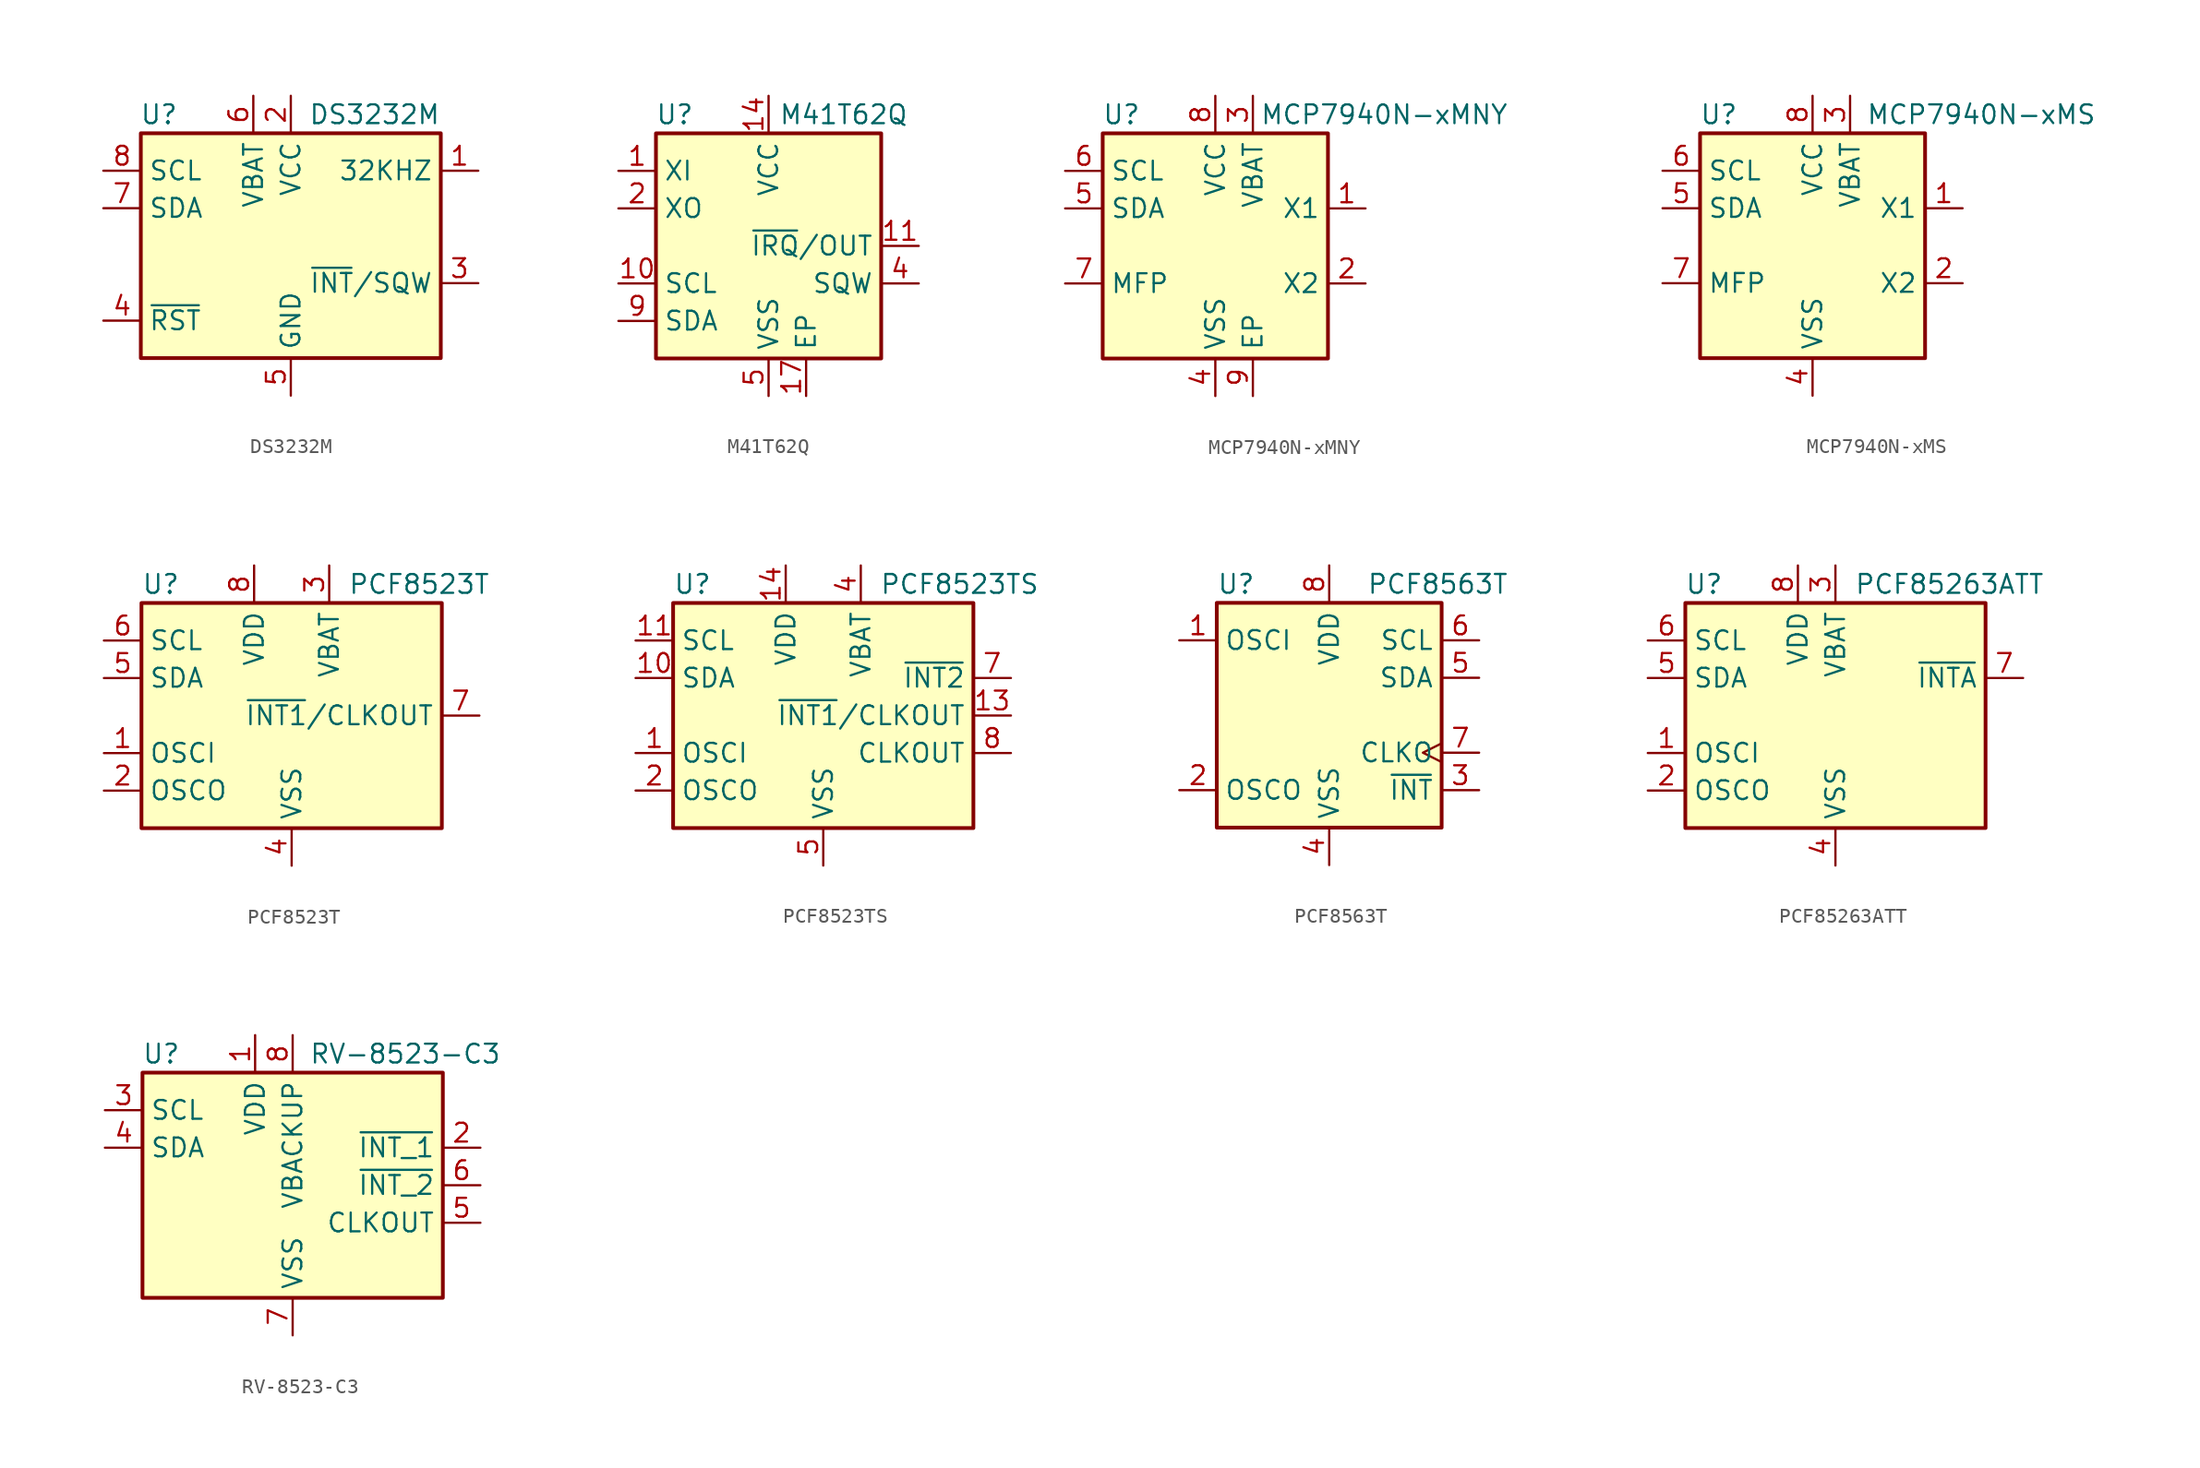
<source format=kicad_sym>
(kicad_symbol_lib
  (version 20201005)
  (generator kicad_symbol_editor)
  (symbol "Timer_RTC:DS3232M"
    (property "Reference" "U"
      (at -7.62 8.89 0)
      (effects (font (size 1.27 1.27)) (justify right)))
    (property "Value" "DS3232M"
      (at 10.16 8.89 0)
      (effects (font (size 1.27 1.27)) (justify right)))
    (symbol "DS3232M_0_1"
      (rectangle (start -10.16 7.62) (end 10.16 -7.62) (stroke (width 0.254)) (fill (type background))))
    (symbol "DS3232M_1_1"
      (pin output line (at 12.7 5.08 180) (length 2.54) (name "32KHZ" (effects (font (size 1.27 1.27)))) (number "1" (effects (font (size 1.27 1.27)))))
      (pin power_in line (at 0 10.16 270) (length 2.54) (name "VCC" (effects (font (size 1.27 1.27)))) (number "2" (effects (font (size 1.27 1.27)))))
      (pin open_collector line (at 12.7 -2.54 180) (length 2.54) (name "~INT~/SQW" (effects (font (size 1.27 1.27)))) (number "3" (effects (font (size 1.27 1.27)))))
      (pin bidirectional line (at -12.7 -5.08 0) (length 2.54) (name "~RST" (effects (font (size 1.27 1.27)))) (number "4" (effects (font (size 1.27 1.27)))))
      (pin power_in line (at 0 -10.16 90) (length 2.54) (name "GND" (effects (font (size 1.27 1.27)))) (number "5" (effects (font (size 1.27 1.27)))))
      (pin power_in line (at -2.54 10.16 270) (length 2.54) (name "VBAT" (effects (font (size 1.27 1.27)))) (number "6" (effects (font (size 1.27 1.27)))))
      (pin bidirectional line (at -12.7 2.54 0) (length 2.54) (name "SDA" (effects (font (size 1.27 1.27)))) (number "7" (effects (font (size 1.27 1.27)))))
      (pin input line (at -12.7 5.08 0) (length 2.54) (name "SCL" (effects (font (size 1.27 1.27)))) (number "8" (effects (font (size 1.27 1.27)))))))
  (symbol "Timer_RTC:M41T62Q"
    (property "Reference" "U"
      (at -6.35 8.89 0)
      (effects (font (size 1.27 1.27))))
    (property "Value" "M41T62Q"
      (at 5.08 8.89 0)
      (effects (font (size 1.27 1.27))))
    (symbol "M41T62Q_0_1"
      (rectangle (start -7.62 7.62) (end 7.62 -7.62) (stroke (width 0.254)) (fill (type background))))
    (symbol "M41T62Q_1_1"
      (pin input line (at -10.16 5.08 0) (length 2.54) (name "XI" (effects (font (size 1.27 1.27)))) (number "1" (effects (font (size 1.27 1.27)))))
      (pin input line (at -10.16 -2.54 0) (length 2.54) (name "SCL" (effects (font (size 1.27 1.27)))) (number "10" (effects (font (size 1.27 1.27)))))
      (pin output line (at 10.16 0 180) (length 2.54) (name "~IRQ~/OUT" (effects (font (size 1.27 1.27)))) (number "11" (effects (font (size 1.27 1.27)))))
      (pin power_in line (at 0 10.16 270) (length 2.54) (name "VCC" (effects (font (size 1.27 1.27)))) (number "14" (effects (font (size 1.27 1.27)))))
      (pin passive line (at 2.54 -10.16 90) (length 2.54) (name "EP" (effects (font (size 1.27 1.27)))) (number "17" (effects (font (size 1.27 1.27)))))
      (pin input line (at -10.16 2.54 0) (length 2.54) (name "XO" (effects (font (size 1.27 1.27)))) (number "2" (effects (font (size 1.27 1.27)))))
      (pin output line (at 10.16 -2.54 180) (length 2.54) (name "SQW" (effects (font (size 1.27 1.27)))) (number "4" (effects (font (size 1.27 1.27)))))
      (pin power_in line (at 0 -10.16 90) (length 2.54) (name "VSS" (effects (font (size 1.27 1.27)))) (number "5" (effects (font (size 1.27 1.27)))))
      (pin bidirectional line (at -10.16 -5.08 0) (length 2.54) (name "SDA" (effects (font (size 1.27 1.27)))) (number "9" (effects (font (size 1.27 1.27)))))))
  (symbol "Timer_RTC:MCP7940N-xMNY"
    (property "Reference" "U"
      (at -6.35 8.89 0)
      (effects (font (size 1.27 1.27))))
    (property "Value" "MCP7940N-xMNY"
      (at 11.43 8.89 0)
      (effects (font (size 1.27 1.27))))
    (symbol "MCP7940N-xMNY_0_1"
      (rectangle (start -7.62 7.62) (end 7.62 -7.62) (stroke (width 0.254)) (fill (type background))))
    (symbol "MCP7940N-xMNY_1_1"
      (pin input line (at 10.16 2.54 180) (length 2.54) (name "X1" (effects (font (size 1.27 1.27)))) (number "1" (effects (font (size 1.27 1.27)))))
      (pin output line (at 10.16 -2.54 180) (length 2.54) (name "X2" (effects (font (size 1.27 1.27)))) (number "2" (effects (font (size 1.27 1.27)))))
      (pin power_in line (at 2.54 10.16 270) (length 2.54) (name "VBAT" (effects (font (size 1.27 1.27)))) (number "3" (effects (font (size 1.27 1.27)))))
      (pin power_in line (at 0 -10.16 90) (length 2.54) (name "VSS" (effects (font (size 1.27 1.27)))) (number "4" (effects (font (size 1.27 1.27)))))
      (pin bidirectional line (at -10.16 2.54 0) (length 2.54) (name "SDA" (effects (font (size 1.27 1.27)))) (number "5" (effects (font (size 1.27 1.27)))))
      (pin input line (at -10.16 5.08 0) (length 2.54) (name "SCL" (effects (font (size 1.27 1.27)))) (number "6" (effects (font (size 1.27 1.27)))))
      (pin open_collector line (at -10.16 -2.54 0) (length 2.54) (name "MFP" (effects (font (size 1.27 1.27)))) (number "7" (effects (font (size 1.27 1.27)))))
      (pin power_in line (at 0 10.16 270) (length 2.54) (name "VCC" (effects (font (size 1.27 1.27)))) (number "8" (effects (font (size 1.27 1.27)))))
      (pin power_in line (at 2.54 -10.16 90) (length 2.54) (name "EP" (effects (font (size 1.27 1.27)))) (number "9" (effects (font (size 1.27 1.27)))))))
  (symbol "Timer_RTC:MCP7940N-xMS"
    (property "Reference" "U"
      (at -6.35 8.89 0)
      (effects (font (size 1.27 1.27))))
    (property "Value" "MCP7940N-xMS"
      (at 11.43 8.89 0)
      (effects (font (size 1.27 1.27))))
    (symbol "MCP7940N-xMS_0_1"
      (rectangle (start -7.62 7.62) (end 7.62 -7.62) (stroke (width 0.254)) (fill (type background))))
    (symbol "MCP7940N-xMS_1_1"
      (pin input line (at 10.16 2.54 180) (length 2.54) (name "X1" (effects (font (size 1.27 1.27)))) (number "1" (effects (font (size 1.27 1.27)))))
      (pin output line (at 10.16 -2.54 180) (length 2.54) (name "X2" (effects (font (size 1.27 1.27)))) (number "2" (effects (font (size 1.27 1.27)))))
      (pin power_in line (at 2.54 10.16 270) (length 2.54) (name "VBAT" (effects (font (size 1.27 1.27)))) (number "3" (effects (font (size 1.27 1.27)))))
      (pin power_in line (at 0 -10.16 90) (length 2.54) (name "VSS" (effects (font (size 1.27 1.27)))) (number "4" (effects (font (size 1.27 1.27)))))
      (pin bidirectional line (at -10.16 2.54 0) (length 2.54) (name "SDA" (effects (font (size 1.27 1.27)))) (number "5" (effects (font (size 1.27 1.27)))))
      (pin input line (at -10.16 5.08 0) (length 2.54) (name "SCL" (effects (font (size 1.27 1.27)))) (number "6" (effects (font (size 1.27 1.27)))))
      (pin open_collector line (at -10.16 -2.54 0) (length 2.54) (name "MFP" (effects (font (size 1.27 1.27)))) (number "7" (effects (font (size 1.27 1.27)))))
      (pin power_in line (at 0 10.16 270) (length 2.54) (name "VCC" (effects (font (size 1.27 1.27)))) (number "8" (effects (font (size 1.27 1.27)))))))
  (symbol "Timer_RTC:PCF8523T"
    (property "Reference" "U"
      (at -10.16 8.89 0)
      (effects (font (size 1.27 1.27)) (justify left)))
    (property "Value" "PCF8523T"
      (at 3.81 8.89 0)
      (effects (font (size 1.27 1.27)) (justify left)))
    (symbol "PCF8523T_0_1"
      (rectangle (start -10.16 7.62) (end 10.16 -7.62) (stroke (width 0.254)) (fill (type background))))
    (symbol "PCF8523T_1_1"
      (pin input line (at -12.7 -2.54 0) (length 2.54) (name "OSCI" (effects (font (size 1.27 1.27)))) (number "1" (effects (font (size 1.27 1.27)))))
      (pin output line (at -12.7 -5.08 0) (length 2.54) (name "OSCO" (effects (font (size 1.27 1.27)))) (number "2" (effects (font (size 1.27 1.27)))))
      (pin power_in line (at 2.54 10.16 270) (length 2.54) (name "VBAT" (effects (font (size 1.27 1.27)))) (number "3" (effects (font (size 1.27 1.27)))))
      (pin power_in line (at 0 -10.16 90) (length 2.54) (name "VSS" (effects (font (size 1.27 1.27)))) (number "4" (effects (font (size 1.27 1.27)))))
      (pin bidirectional line (at -12.7 2.54 0) (length 2.54) (name "SDA" (effects (font (size 1.27 1.27)))) (number "5" (effects (font (size 1.27 1.27)))))
      (pin input line (at -12.7 5.08 0) (length 2.54) (name "SCL" (effects (font (size 1.27 1.27)))) (number "6" (effects (font (size 1.27 1.27)))))
      (pin open_collector line (at 12.7 0 180) (length 2.54) (name "~INT1~/CLKOUT" (effects (font (size 1.27 1.27)))) (number "7" (effects (font (size 1.27 1.27)))))
      (pin power_in line (at -2.54 10.16 270) (length 2.54) (name "VDD" (effects (font (size 1.27 1.27)))) (number "8" (effects (font (size 1.27 1.27)))))))
  (symbol "Timer_RTC:PCF8523TS"
    (property "Reference" "U"
      (at -10.16 8.89 0)
      (effects (font (size 1.27 1.27)) (justify left)))
    (property "Value" "PCF8523TS"
      (at 3.81 8.89 0)
      (effects (font (size 1.27 1.27)) (justify left)))
    (symbol "PCF8523TS_0_1"
      (rectangle (start -10.16 7.62) (end 10.16 -7.62) (stroke (width 0.254)) (fill (type background))))
    (symbol "PCF8523TS_1_1"
      (pin input line (at -12.7 -2.54 0) (length 2.54) (name "OSCI" (effects (font (size 1.27 1.27)))) (number "1" (effects (font (size 1.27 1.27)))))
      (pin bidirectional line (at -12.7 2.54 0) (length 2.54) (name "SDA" (effects (font (size 1.27 1.27)))) (number "10" (effects (font (size 1.27 1.27)))))
      (pin input line (at -12.7 5.08 0) (length 2.54) (name "SCL" (effects (font (size 1.27 1.27)))) (number "11" (effects (font (size 1.27 1.27)))))
      (pin no_connect line (at 5.08 -7.62 90) (length 2.54) hide (name "NC" (effects (font (size 1.27 1.27)))) (number "12" (effects (font (size 1.27 1.27)))))
      (pin output line (at 12.7 0 180) (length 2.54) (name "~INT1~/CLKOUT" (effects (font (size 1.27 1.27)))) (number "13" (effects (font (size 1.27 1.27)))))
      (pin power_in line (at -2.54 10.16 270) (length 2.54) (name "VDD" (effects (font (size 1.27 1.27)))) (number "14" (effects (font (size 1.27 1.27)))))
      (pin output line (at -12.7 -5.08 0) (length 2.54) (name "OSCO" (effects (font (size 1.27 1.27)))) (number "2" (effects (font (size 1.27 1.27)))))
      (pin no_connect line (at -5.08 -7.62 90) (length 2.54) hide (name "NC" (effects (font (size 1.27 1.27)))) (number "3" (effects (font (size 1.27 1.27)))))
      (pin power_in line (at 2.54 10.16 270) (length 2.54) (name "VBAT" (effects (font (size 1.27 1.27)))) (number "4" (effects (font (size 1.27 1.27)))))
      (pin power_in line (at 0 -10.16 90) (length 2.54) (name "VSS" (effects (font (size 1.27 1.27)))) (number "5" (effects (font (size 1.27 1.27)))))
      (pin no_connect line (at -2.54 -7.62 90) (length 2.54) hide (name "NC" (effects (font (size 1.27 1.27)))) (number "6" (effects (font (size 1.27 1.27)))))
      (pin open_collector line (at 12.7 2.54 180) (length 2.54) (name "~INT2" (effects (font (size 1.27 1.27)))) (number "7" (effects (font (size 1.27 1.27)))))
      (pin open_collector line (at 12.7 -2.54 180) (length 2.54) (name "CLKOUT" (effects (font (size 1.27 1.27)))) (number "8" (effects (font (size 1.27 1.27)))))
      (pin no_connect line (at 2.54 -7.62 90) (length 2.54) hide (name "NC" (effects (font (size 1.27 1.27)))) (number "9" (effects (font (size 1.27 1.27)))))))
  (symbol "Timer_RTC:PCF8563T"
    (property "Reference" "U"
      (at -7.62 8.89 0)
      (effects (font (size 1.27 1.27)) (justify left)))
    (property "Value" "PCF8563T"
      (at 2.54 8.89 0)
      (effects (font (size 1.27 1.27)) (justify left)))
    (symbol "PCF8563T_0_1"
      (rectangle (start -7.62 7.62) (end 7.62 -7.62) (stroke (width 0.254)) (fill (type background))))
    (symbol "PCF8563T_1_1"
      (pin input line (at -10.16 5.08 0) (length 2.54) (name "OSCI" (effects (font (size 1.27 1.27)))) (number "1" (effects (font (size 1.27 1.27)))))
      (pin output line (at -10.16 -5.08 0) (length 2.54) (name "OSCO" (effects (font (size 1.27 1.27)))) (number "2" (effects (font (size 1.27 1.27)))))
      (pin output line (at 10.16 -5.08 180) (length 2.54) (name "~INT~" (effects (font (size 1.27 1.27)))) (number "3" (effects (font (size 1.27 1.27)))))
      (pin power_in line (at 0 -10.16 90) (length 2.54) (name "VSS" (effects (font (size 1.27 1.27)))) (number "4" (effects (font (size 1.27 1.27)))))
      (pin bidirectional line (at 10.16 2.54 180) (length 2.54) (name "SDA" (effects (font (size 1.27 1.27)))) (number "5" (effects (font (size 1.27 1.27)))))
      (pin input line (at 10.16 5.08 180) (length 2.54) (name "SCL" (effects (font (size 1.27 1.27)))) (number "6" (effects (font (size 1.27 1.27)))))
      (pin output clock (at 10.16 -2.54 180) (length 2.54) (name "CLKO" (effects (font (size 1.27 1.27)))) (number "7" (effects (font (size 1.27 1.27)))))
      (pin power_in line (at 0 10.16 270) (length 2.54) (name "VDD" (effects (font (size 1.27 1.27)))) (number "8" (effects (font (size 1.27 1.27)))))))
  (symbol "Timer_RTC:PCF85263ATT"
    (property "Reference" "U"
      (at -8.89 8.89 0)
      (effects (font (size 1.27 1.27))))
    (property "Value" "PCF85263ATT"
      (at 1.27 8.89 0)
      (effects (font (size 1.27 1.27)) (justify left)))
    (symbol "PCF85263ATT_0_1"
      (rectangle (start -10.16 7.62) (end 10.16 -7.62) (stroke (width 0.254)) (fill (type background))))
    (symbol "PCF85263ATT_1_1"
      (pin input line (at -12.7 -2.54 0) (length 2.54) (name "OSCI" (effects (font (size 1.27 1.27)))) (number "1" (effects (font (size 1.27 1.27)))))
      (pin output line (at -12.7 -5.08 0) (length 2.54) (name "OSCO" (effects (font (size 1.27 1.27)))) (number "2" (effects (font (size 1.27 1.27)))))
      (pin power_in line (at 0 10.16 270) (length 2.54) (name "VBAT" (effects (font (size 1.27 1.27)))) (number "3" (effects (font (size 1.27 1.27)))))
      (pin power_in line (at 0 -10.16 90) (length 2.54) (name "VSS" (effects (font (size 1.27 1.27)))) (number "4" (effects (font (size 1.27 1.27)))))
      (pin bidirectional line (at -12.7 2.54 0) (length 2.54) (name "SDA" (effects (font (size 1.27 1.27)))) (number "5" (effects (font (size 1.27 1.27)))))
      (pin input line (at -12.7 5.08 0) (length 2.54) (name "SCL" (effects (font (size 1.27 1.27)))) (number "6" (effects (font (size 1.27 1.27)))))
      (pin open_collector line (at 12.7 2.54 180) (length 2.54) (name "~INTA" (effects (font (size 1.27 1.27)))) (number "7" (effects (font (size 1.27 1.27)))))
      (pin power_in line (at -2.54 10.16 270) (length 2.54) (name "VDD" (effects (font (size 1.27 1.27)))) (number "8" (effects (font (size 1.27 1.27)))))))
  (symbol "Timer_RTC:RV-8523-C3"
    (property "Reference" "U"
      (at -8.89 8.89 0)
      (effects (font (size 1.27 1.27))))
    (property "Value" "RV-8523-C3"
      (at 7.62 8.89 0)
      (effects (font (size 1.27 1.27))))
    (symbol "RV-8523-C3_0_1"
      (rectangle (start 10.16 7.62) (end -10.16 -7.62) (stroke (width 0.254)) (fill (type background))))
    (symbol "RV-8523-C3_1_1"
      (pin power_in line (at -2.54 10.16 270) (length 2.54) (name "VDD" (effects (font (size 1.27 1.27)))) (number "1" (effects (font (size 1.27 1.27)))))
      (pin no_connect line (at -10.16 -5.08 0) (length 2.54) hide (name "NC" (effects (font (size 1.27 1.27)))) (number "10" (effects (font (size 1.27 1.27)))))
      (pin open_collector line (at 12.7 2.54 180) (length 2.54) (name "~INT_1" (effects (font (size 1.27 1.27)))) (number "2" (effects (font (size 1.27 1.27)))))
      (pin input line (at -12.7 5.08 0) (length 2.54) (name "SCL" (effects (font (size 1.27 1.27)))) (number "3" (effects (font (size 1.27 1.27)))))
      (pin bidirectional line (at -12.7 2.54 0) (length 2.54) (name "SDA" (effects (font (size 1.27 1.27)))) (number "4" (effects (font (size 1.27 1.27)))))
      (pin open_collector line (at 12.7 -2.54 180) (length 2.54) (name "CLKOUT" (effects (font (size 1.27 1.27)))) (number "5" (effects (font (size 1.27 1.27)))))
      (pin open_collector line (at 12.7 0 180) (length 2.54) (name "~INT_2" (effects (font (size 1.27 1.27)))) (number "6" (effects (font (size 1.27 1.27)))))
      (pin power_in line (at 0 -10.16 90) (length 2.54) (name "VSS" (effects (font (size 1.27 1.27)))) (number "7" (effects (font (size 1.27 1.27)))))
      (pin power_in line (at 0 10.16 270) (length 2.54) (name "VBACKUP" (effects (font (size 1.27 1.27)))) (number "8" (effects (font (size 1.27 1.27)))))
      (pin no_connect line (at -10.16 -2.54 0) (length 2.54) hide (name "NC" (effects (font (size 1.27 1.27)))) (number "9" (effects (font (size 1.27 1.27))))))))
</source>
